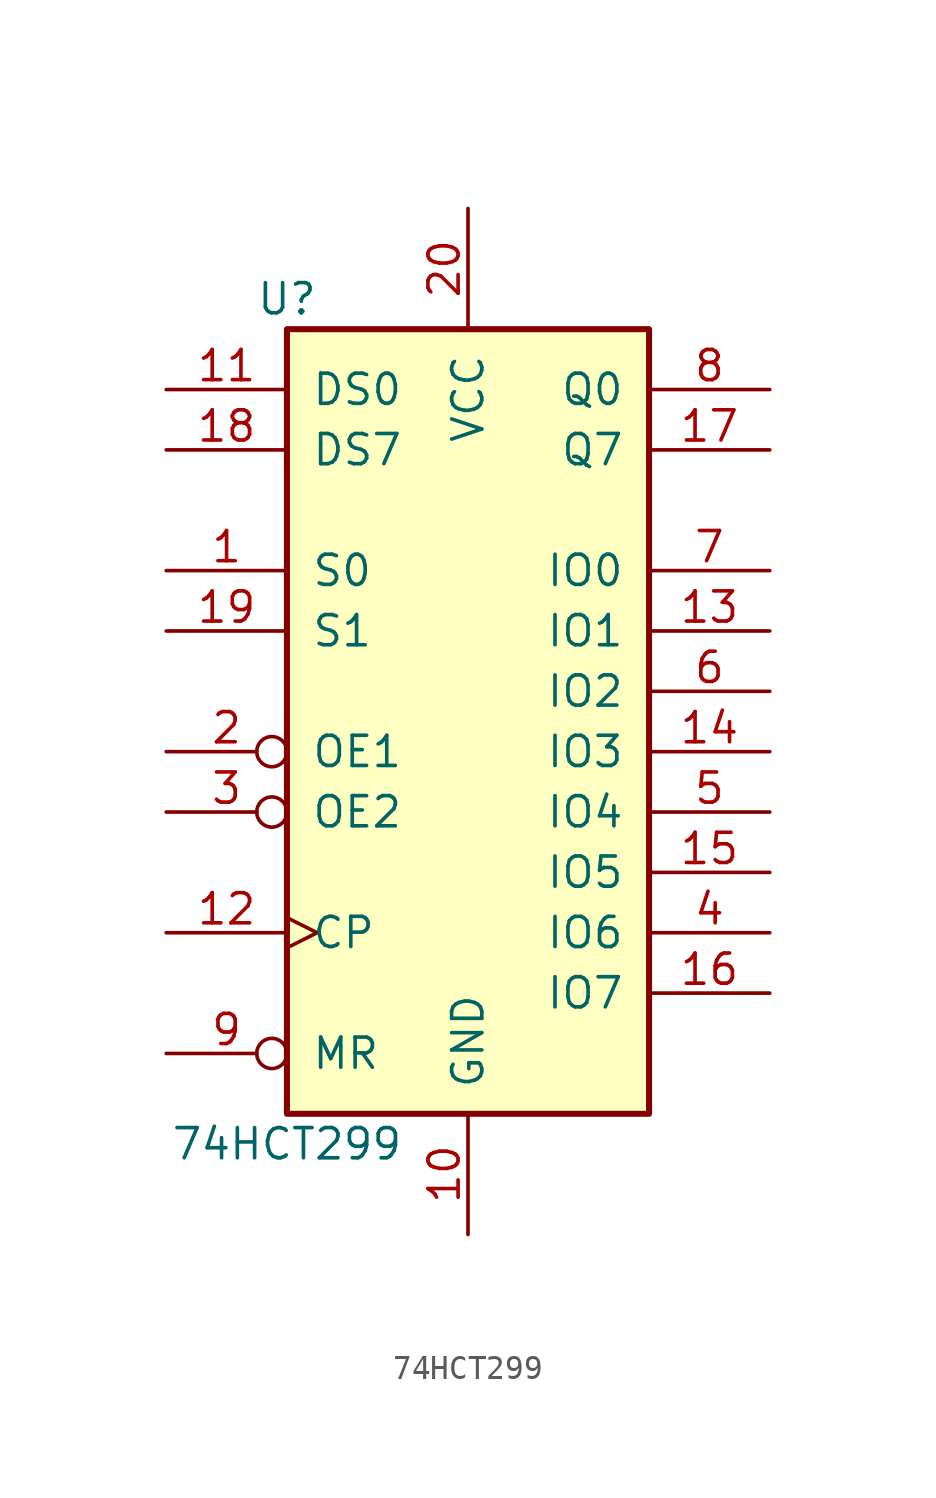
<source format=kicad_sym>
(kicad_symbol_lib
  (version 20220914)
  (generator kicad_symbol_editor)
  (symbol "74HCT299"
    (pin_names
      (offset 1.016))
    (property "Reference" "U"
      (at -7.62 16.51 0)
      (effects (font (size 1.27 1.27))))
    (property "Value" "74HCT299"
      (at -7.62 -19.05 0)
      (effects (font (size 1.27 1.27))))
    (property "ki_locked" ""
      (at 0 0 0)
      (effects (font (size 1.27 1.27))))
    (symbol "74HCT299_1_0"
      (pin input line (at -12.7 5.08 0) (length 5.08) (name "S0" (effects (font (size 1.27 1.27)))) (number "1" (effects (font (size 1.27 1.27)))))
      (pin power_in line (at 0 -22.86 90) (length 5.08) (name "GND" (effects (font (size 1.27 1.27)))) (number "10" (effects (font (size 1.27 1.27)))))
      (pin input line (at -12.7 12.7 0) (length 5.08) (name "DS0" (effects (font (size 1.27 1.27)))) (number "11" (effects (font (size 1.27 1.27)))))
      (pin input clock (at -12.7 -10.16 0) (length 5.08) (name "CP" (effects (font (size 1.27 1.27)))) (number "12" (effects (font (size 1.27 1.27)))))
      (pin tri_state line (at 12.7 2.54 180) (length 5.08) (name "IO1" (effects (font (size 1.27 1.27)))) (number "13" (effects (font (size 1.27 1.27)))))
      (pin tri_state line (at 12.7 -2.54 180) (length 5.08) (name "IO3" (effects (font (size 1.27 1.27)))) (number "14" (effects (font (size 1.27 1.27)))))
      (pin tri_state line (at 12.7 -7.62 180) (length 5.08) (name "IO5" (effects (font (size 1.27 1.27)))) (number "15" (effects (font (size 1.27 1.27)))))
      (pin tri_state line (at 12.7 -12.7 180) (length 5.08) (name "IO7" (effects (font (size 1.27 1.27)))) (number "16" (effects (font (size 1.27 1.27)))))
      (pin output line (at 12.7 10.16 180) (length 5.08) (name "Q7" (effects (font (size 1.27 1.27)))) (number "17" (effects (font (size 1.27 1.27)))))
      (pin input line (at -12.7 10.16 0) (length 5.08) (name "DS7" (effects (font (size 1.27 1.27)))) (number "18" (effects (font (size 1.27 1.27)))))
      (pin input line (at -12.7 2.54 0) (length 5.08) (name "S1" (effects (font (size 1.27 1.27)))) (number "19" (effects (font (size 1.27 1.27)))))
      (pin input inverted (at -12.7 -2.54 0) (length 5.08) (name "OE1" (effects (font (size 1.27 1.27)))) (number "2" (effects (font (size 1.27 1.27)))))
      (pin power_in line (at 0 20.32 270) (length 5.08) (name "VCC" (effects (font (size 1.27 1.27)))) (number "20" (effects (font (size 1.27 1.27)))))
      (pin input inverted (at -12.7 -5.08 0) (length 5.08) (name "OE2" (effects (font (size 1.27 1.27)))) (number "3" (effects (font (size 1.27 1.27)))))
      (pin tri_state line (at 12.7 -10.16 180) (length 5.08) (name "IO6" (effects (font (size 1.27 1.27)))) (number "4" (effects (font (size 1.27 1.27)))))
      (pin tri_state line (at 12.7 -5.08 180) (length 5.08) (name "IO4" (effects (font (size 1.27 1.27)))) (number "5" (effects (font (size 1.27 1.27)))))
      (pin tri_state line (at 12.7 0 180) (length 5.08) (name "IO2" (effects (font (size 1.27 1.27)))) (number "6" (effects (font (size 1.27 1.27)))))
      (pin tri_state line (at 12.7 5.08 180) (length 5.08) (name "IO0" (effects (font (size 1.27 1.27)))) (number "7" (effects (font (size 1.27 1.27)))))
      (pin output line (at 12.7 12.7 180) (length 5.08) (name "Q0" (effects (font (size 1.27 1.27)))) (number "8" (effects (font (size 1.27 1.27)))))
      (pin input inverted (at -12.7 -15.24 0) (length 5.08) (name "MR" (effects (font (size 1.27 1.27)))) (number "9" (effects (font (size 1.27 1.27))))))
    (symbol "74HCT299_1_1"
      (rectangle (start -7.62 15.24) (end 7.62 -17.78) (stroke (width 0.254) (type default)) (fill (type background))))))
</source>
